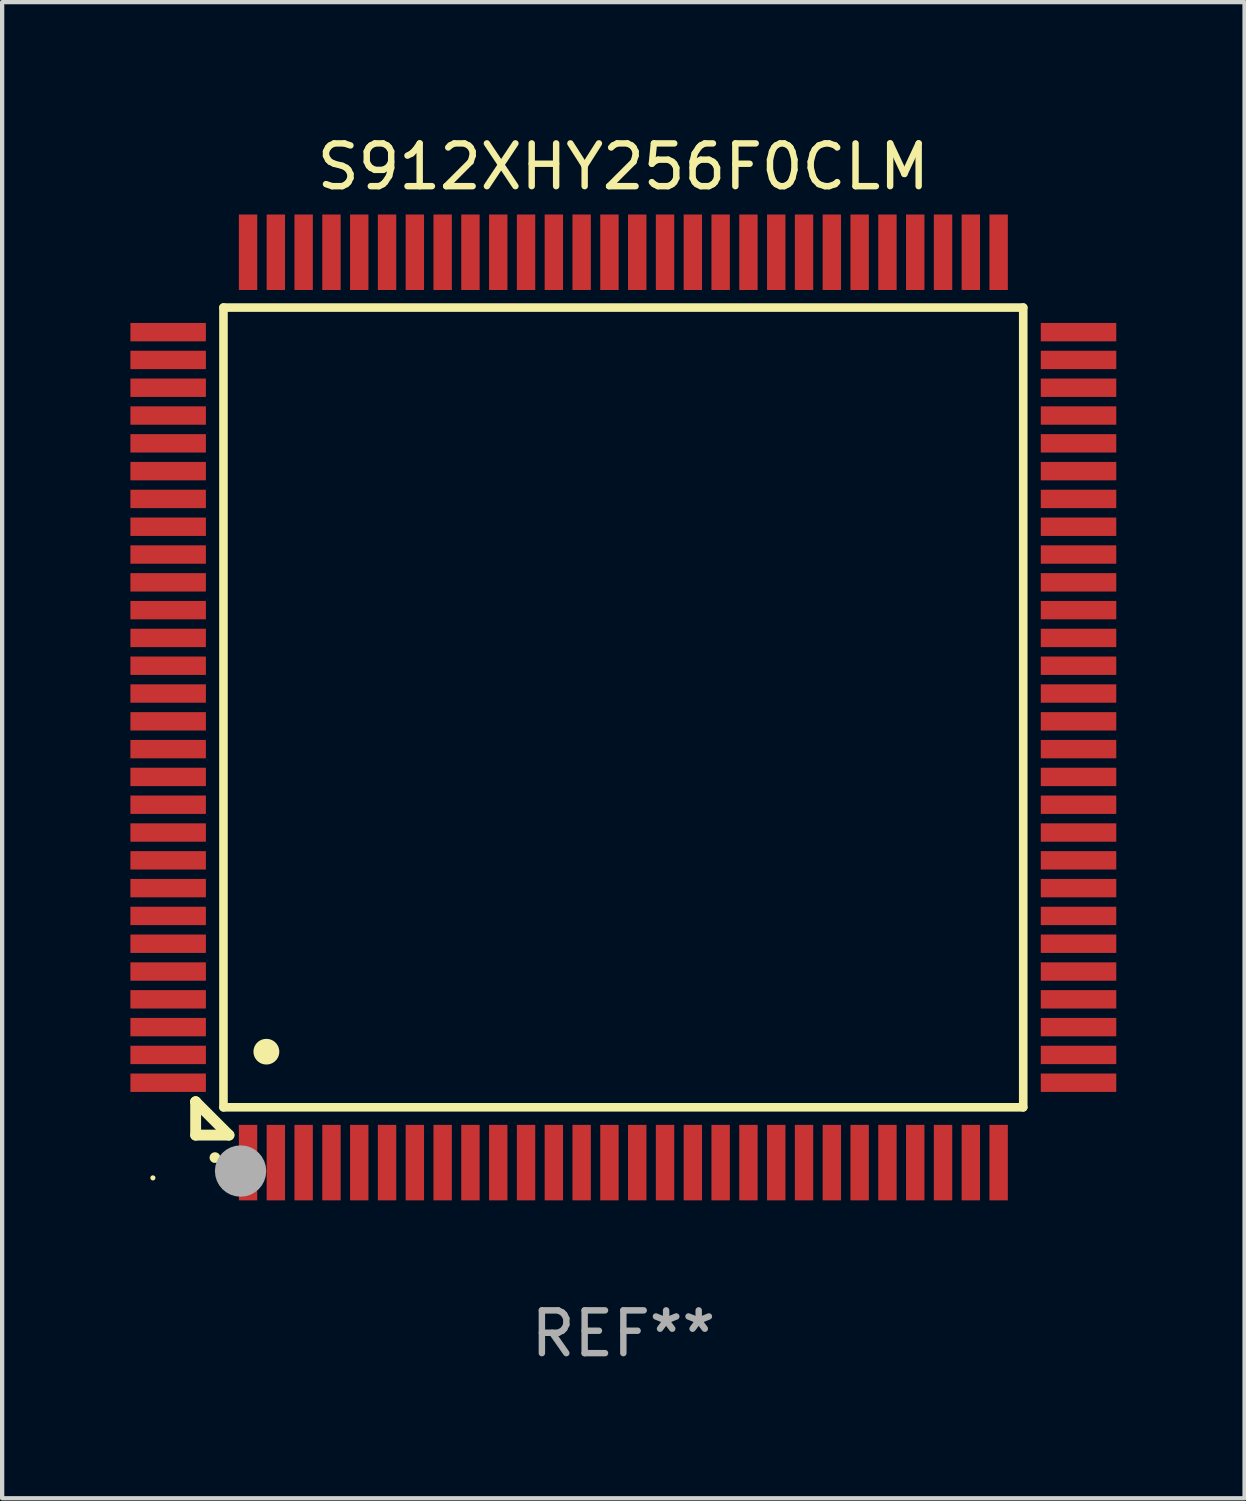
<source format=kicad_pcb>
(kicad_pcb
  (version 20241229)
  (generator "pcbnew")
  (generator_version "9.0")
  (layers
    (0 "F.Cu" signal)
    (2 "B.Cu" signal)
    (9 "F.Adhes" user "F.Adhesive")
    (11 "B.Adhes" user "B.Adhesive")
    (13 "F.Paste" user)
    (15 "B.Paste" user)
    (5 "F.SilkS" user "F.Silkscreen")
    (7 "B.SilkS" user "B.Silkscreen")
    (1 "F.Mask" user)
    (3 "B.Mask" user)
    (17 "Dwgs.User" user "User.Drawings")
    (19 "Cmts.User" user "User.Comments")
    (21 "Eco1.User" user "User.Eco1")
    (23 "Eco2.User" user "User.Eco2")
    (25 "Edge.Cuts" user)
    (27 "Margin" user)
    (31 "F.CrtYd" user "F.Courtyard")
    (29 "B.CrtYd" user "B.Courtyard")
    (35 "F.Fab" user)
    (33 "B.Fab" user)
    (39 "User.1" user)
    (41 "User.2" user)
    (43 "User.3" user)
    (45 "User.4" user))
  (footprint "S912XHY256F0CLM"
    (layer "F.Cu")
    (at 11.525 13.491)
    (property "Reference" "S912XHY256F0CLM" (at 0 -12.643 0) (layer "F.SilkS") (effects (font (size 1 1) (thickness 0.15))))
    (attr through_hole)
    (fp_line (start -10 9.221) (end -10 9.221) (stroke (width 0.254) (type solid)) (layer "F.SilkS"))
    (fp_line (start -10 9.221) (end -10 10) (stroke (width 0.254) (type solid)) (layer "F.SilkS"))
    (fp_line (start -10 9.221) (end -9.221 10) (stroke (width 0.254) (type solid)) (layer "F.SilkS"))
    (fp_line (start -10 10) (end -9.221 10) (stroke (width 0.254) (type solid)) (layer "F.SilkS"))
    (fp_line (start -9.35 -9.35) (end -9.35 9.35) (stroke (width 0.201) (type solid)) (layer "F.SilkS"))
    (fp_line (start -9.35 9.35) (end 9.35 9.35) (stroke (width 0.201) (type solid)) (layer "F.SilkS"))
    (fp_line (start 9.35 -9.35) (end -9.35 -9.35) (stroke (width 0.201) (type solid)) (layer "F.SilkS"))
    (fp_line (start 9.35 9.35) (end 9.35 -9.35) (stroke (width 0.201) (type solid)) (layer "F.SilkS"))
    (fp_arc (start -9.550546 10.525832) (mid -9.549276 10.525826) (end -9.548006 10.525832) (stroke (width 0.24892) (type solid)) (layer "F.SilkS"))
    (fp_arc (start -8.349124 8.049327) (mid -8.346584 8.049316) (end -8.344044 8.049327) (stroke (width 0.599441) (type solid)) (layer "F.SilkS"))
    (fp_circle (center -11 11) (end -10.97 11) (stroke (width 0.06) (type solid)) (fill no) (layer "F.SilkS"))
    (fp_circle (center -8.95 10.84) (end -8.65 10.84) (stroke (width 0.6) (type solid)) (fill no) (layer "F.Fab"))
    (fp_text user "REF**" (at 0 14.643 0) (layer "F.Fab") (effects (font (size 1 1) (thickness 0.15))))
    (pad "1" smd rect (at -8.775 10.643) (size 0.43 1.765) (layers "F.Cu" "F.Mask" "F.Paste"))
    (pad "2" smd rect (at -8.125 10.643) (size 0.43 1.765) (layers "F.Cu" "F.Mask" "F.Paste"))
    (pad "3" smd rect (at -7.475 10.643) (size 0.43 1.765) (layers "F.Cu" "F.Mask" "F.Paste"))
    (pad "4" smd rect (at -6.825 10.643) (size 0.43 1.765) (layers "F.Cu" "F.Mask" "F.Paste"))
    (pad "5" smd rect (at -6.175 10.643) (size 0.43 1.765) (layers "F.Cu" "F.Mask" "F.Paste"))
    (pad "6" smd rect (at -5.525 10.643) (size 0.43 1.765) (layers "F.Cu" "F.Mask" "F.Paste"))
    (pad "7" smd rect (at -4.875 10.643) (size 0.43 1.765) (layers "F.Cu" "F.Mask" "F.Paste"))
    (pad "8" smd rect (at -4.225 10.643) (size 0.43 1.765) (layers "F.Cu" "F.Mask" "F.Paste"))
    (pad "9" smd rect (at -3.575 10.643) (size 0.43 1.765) (layers "F.Cu" "F.Mask" "F.Paste"))
    (pad "10" smd rect (at -2.925 10.643) (size 0.43 1.765) (layers "F.Cu" "F.Mask" "F.Paste"))
    (pad "11" smd rect (at -2.275 10.643) (size 0.43 1.765) (layers "F.Cu" "F.Mask" "F.Paste"))
    (pad "12" smd rect (at -1.625 10.643) (size 0.43 1.765) (layers "F.Cu" "F.Mask" "F.Paste"))
    (pad "13" smd rect (at -0.975 10.643) (size 0.43 1.765) (layers "F.Cu" "F.Mask" "F.Paste"))
    (pad "14" smd rect (at -0.325 10.643) (size 0.43 1.765) (layers "F.Cu" "F.Mask" "F.Paste"))
    (pad "15" smd rect (at 0.325 10.643) (size 0.43 1.765) (layers "F.Cu" "F.Mask" "F.Paste"))
    (pad "16" smd rect (at 0.975 10.643) (size 0.43 1.765) (layers "F.Cu" "F.Mask" "F.Paste"))
    (pad "17" smd rect (at 1.625 10.643) (size 0.43 1.765) (layers "F.Cu" "F.Mask" "F.Paste"))
    (pad "18" smd rect (at 2.275 10.643) (size 0.43 1.765) (layers "F.Cu" "F.Mask" "F.Paste"))
    (pad "19" smd rect (at 2.925 10.643) (size 0.43 1.765) (layers "F.Cu" "F.Mask" "F.Paste"))
    (pad "20" smd rect (at 3.575 10.643) (size 0.43 1.765) (layers "F.Cu" "F.Mask" "F.Paste"))
    (pad "21" smd rect (at 4.225 10.643) (size 0.43 1.765) (layers "F.Cu" "F.Mask" "F.Paste"))
    (pad "22" smd rect (at 4.875 10.643) (size 0.43 1.765) (layers "F.Cu" "F.Mask" "F.Paste"))
    (pad "23" smd rect (at 5.525 10.643) (size 0.43 1.765) (layers "F.Cu" "F.Mask" "F.Paste"))
    (pad "24" smd rect (at 6.175 10.643) (size 0.43 1.765) (layers "F.Cu" "F.Mask" "F.Paste"))
    (pad "25" smd rect (at 6.825 10.643) (size 0.43 1.765) (layers "F.Cu" "F.Mask" "F.Paste"))
    (pad "26" smd rect (at 7.475 10.643) (size 0.43 1.765) (layers "F.Cu" "F.Mask" "F.Paste"))
    (pad "27" smd rect (at 8.125 10.643) (size 0.43 1.765) (layers "F.Cu" "F.Mask" "F.Paste"))
    (pad "28" smd rect (at 8.775 10.643) (size 0.43 1.765) (layers "F.Cu" "F.Mask" "F.Paste"))
    (pad "29" smd rect (at 10.643 8.775) (size 1.765 0.43) (layers "F.Cu" "F.Mask" "F.Paste"))
    (pad "30" smd rect (at 10.643 8.125) (size 1.765 0.43) (layers "F.Cu" "F.Mask" "F.Paste"))
    (pad "31" smd rect (at 10.643 7.475) (size 1.765 0.43) (layers "F.Cu" "F.Mask" "F.Paste"))
    (pad "32" smd rect (at 10.643 6.825) (size 1.765 0.43) (layers "F.Cu" "F.Mask" "F.Paste"))
    (pad "33" smd rect (at 10.643 6.175) (size 1.765 0.43) (layers "F.Cu" "F.Mask" "F.Paste"))
    (pad "34" smd rect (at 10.643 5.525) (size 1.765 0.43) (layers "F.Cu" "F.Mask" "F.Paste"))
    (pad "35" smd rect (at 10.643 4.875) (size 1.765 0.43) (layers "F.Cu" "F.Mask" "F.Paste"))
    (pad "36" smd rect (at 10.643 4.225) (size 1.765 0.43) (layers "F.Cu" "F.Mask" "F.Paste"))
    (pad "37" smd rect (at 10.643 3.575) (size 1.765 0.43) (layers "F.Cu" "F.Mask" "F.Paste"))
    (pad "38" smd rect (at 10.643 2.925) (size 1.765 0.43) (layers "F.Cu" "F.Mask" "F.Paste"))
    (pad "39" smd rect (at 10.643 2.275) (size 1.765 0.43) (layers "F.Cu" "F.Mask" "F.Paste"))
    (pad "40" smd rect (at 10.643 1.625) (size 1.765 0.43) (layers "F.Cu" "F.Mask" "F.Paste"))
    (pad "41" smd rect (at 10.643 0.975) (size 1.765 0.43) (layers "F.Cu" "F.Mask" "F.Paste"))
    (pad "42" smd rect (at 10.643 0.325) (size 1.765 0.43) (layers "F.Cu" "F.Mask" "F.Paste"))
    (pad "43" smd rect (at 10.643 -0.325) (size 1.765 0.43) (layers "F.Cu" "F.Mask" "F.Paste"))
    (pad "44" smd rect (at 10.643 -0.975) (size 1.765 0.43) (layers "F.Cu" "F.Mask" "F.Paste"))
    (pad "45" smd rect (at 10.643 -1.625) (size 1.765 0.43) (layers "F.Cu" "F.Mask" "F.Paste"))
    (pad "46" smd rect (at 10.643 -2.275) (size 1.765 0.43) (layers "F.Cu" "F.Mask" "F.Paste"))
    (pad "47" smd rect (at 10.643 -2.925) (size 1.765 0.43) (layers "F.Cu" "F.Mask" "F.Paste"))
    (pad "48" smd rect (at 10.643 -3.575) (size 1.765 0.43) (layers "F.Cu" "F.Mask" "F.Paste"))
    (pad "49" smd rect (at 10.643 -4.225) (size 1.765 0.43) (layers "F.Cu" "F.Mask" "F.Paste"))
    (pad "50" smd rect (at 10.643 -4.875) (size 1.765 0.43) (layers "F.Cu" "F.Mask" "F.Paste"))
    (pad "51" smd rect (at 10.643 -5.525) (size 1.765 0.43) (layers "F.Cu" "F.Mask" "F.Paste"))
    (pad "52" smd rect (at 10.643 -6.175) (size 1.765 0.43) (layers "F.Cu" "F.Mask" "F.Paste"))
    (pad "53" smd rect (at 10.643 -6.825) (size 1.765 0.43) (layers "F.Cu" "F.Mask" "F.Paste"))
    (pad "54" smd rect (at 10.643 -7.475) (size 1.765 0.43) (layers "F.Cu" "F.Mask" "F.Paste"))
    (pad "55" smd rect (at 10.643 -8.125) (size 1.765 0.43) (layers "F.Cu" "F.Mask" "F.Paste"))
    (pad "56" smd rect (at 10.643 -8.775) (size 1.765 0.43) (layers "F.Cu" "F.Mask" "F.Paste"))
    (pad "57" smd rect (at 8.775 -10.643) (size 0.43 1.765) (layers "F.Cu" "F.Mask" "F.Paste"))
    (pad "58" smd rect (at 8.125 -10.643) (size 0.43 1.765) (layers "F.Cu" "F.Mask" "F.Paste"))
    (pad "59" smd rect (at 7.475 -10.643) (size 0.43 1.765) (layers "F.Cu" "F.Mask" "F.Paste"))
    (pad "60" smd rect (at 6.825 -10.643) (size 0.43 1.765) (layers "F.Cu" "F.Mask" "F.Paste"))
    (pad "61" smd rect (at 6.175 -10.643) (size 0.43 1.765) (layers "F.Cu" "F.Mask" "F.Paste"))
    (pad "62" smd rect (at 5.525 -10.643) (size 0.43 1.765) (layers "F.Cu" "F.Mask" "F.Paste"))
    (pad "63" smd rect (at 4.875 -10.643) (size 0.43 1.765) (layers "F.Cu" "F.Mask" "F.Paste"))
    (pad "64" smd rect (at 4.225 -10.643) (size 0.43 1.765) (layers "F.Cu" "F.Mask" "F.Paste"))
    (pad "65" smd rect (at 3.575 -10.643) (size 0.43 1.765) (layers "F.Cu" "F.Mask" "F.Paste"))
    (pad "66" smd rect (at 2.925 -10.643) (size 0.43 1.765) (layers "F.Cu" "F.Mask" "F.Paste"))
    (pad "67" smd rect (at 2.275 -10.643) (size 0.43 1.765) (layers "F.Cu" "F.Mask" "F.Paste"))
    (pad "68" smd rect (at 1.625 -10.643) (size 0.43 1.765) (layers "F.Cu" "F.Mask" "F.Paste"))
    (pad "69" smd rect (at 0.975 -10.643) (size 0.43 1.765) (layers "F.Cu" "F.Mask" "F.Paste"))
    (pad "70" smd rect (at 0.325 -10.643) (size 0.43 1.765) (layers "F.Cu" "F.Mask" "F.Paste"))
    (pad "71" smd rect (at -0.325 -10.643) (size 0.43 1.765) (layers "F.Cu" "F.Mask" "F.Paste"))
    (pad "72" smd rect (at -0.975 -10.643) (size 0.43 1.765) (layers "F.Cu" "F.Mask" "F.Paste"))
    (pad "73" smd rect (at -1.625 -10.643) (size 0.43 1.765) (layers "F.Cu" "F.Mask" "F.Paste"))
    (pad "74" smd rect (at -2.275 -10.643) (size 0.43 1.765) (layers "F.Cu" "F.Mask" "F.Paste"))
    (pad "75" smd rect (at -2.925 -10.643) (size 0.43 1.765) (layers "F.Cu" "F.Mask" "F.Paste"))
    (pad "76" smd rect (at -3.575 -10.643) (size 0.43 1.765) (layers "F.Cu" "F.Mask" "F.Paste"))
    (pad "77" smd rect (at -4.225 -10.643) (size 0.43 1.765) (layers "F.Cu" "F.Mask" "F.Paste"))
    (pad "78" smd rect (at -4.875 -10.643) (size 0.43 1.765) (layers "F.Cu" "F.Mask" "F.Paste"))
    (pad "79" smd rect (at -5.525 -10.643) (size 0.43 1.765) (layers "F.Cu" "F.Mask" "F.Paste"))
    (pad "80" smd rect (at -6.175 -10.643) (size 0.43 1.765) (layers "F.Cu" "F.Mask" "F.Paste"))
    (pad "81" smd rect (at -6.825 -10.643) (size 0.43 1.765) (layers "F.Cu" "F.Mask" "F.Paste"))
    (pad "82" smd rect (at -7.475 -10.643) (size 0.43 1.765) (layers "F.Cu" "F.Mask" "F.Paste"))
    (pad "83" smd rect (at -8.125 -10.643) (size 0.43 1.765) (layers "F.Cu" "F.Mask" "F.Paste"))
    (pad "84" smd rect (at -8.775 -10.643) (size 0.43 1.765) (layers "F.Cu" "F.Mask" "F.Paste"))
    (pad "85" smd rect (at -10.643 -8.775) (size 1.765 0.43) (layers "F.Cu" "F.Mask" "F.Paste"))
    (pad "86" smd rect (at -10.643 -8.125) (size 1.765 0.43) (layers "F.Cu" "F.Mask" "F.Paste"))
    (pad "87" smd rect (at -10.643 -7.475) (size 1.765 0.43) (layers "F.Cu" "F.Mask" "F.Paste"))
    (pad "88" smd rect (at -10.643 -6.825) (size 1.765 0.43) (layers "F.Cu" "F.Mask" "F.Paste"))
    (pad "89" smd rect (at -10.643 -6.175) (size 1.765 0.43) (layers "F.Cu" "F.Mask" "F.Paste"))
    (pad "90" smd rect (at -10.643 -5.525) (size 1.765 0.43) (layers "F.Cu" "F.Mask" "F.Paste"))
    (pad "91" smd rect (at -10.643 -4.875) (size 1.765 0.43) (layers "F.Cu" "F.Mask" "F.Paste"))
    (pad "92" smd rect (at -10.643 -4.225) (size 1.765 0.43) (layers "F.Cu" "F.Mask" "F.Paste"))
    (pad "93" smd rect (at -10.643 -3.575) (size 1.765 0.43) (layers "F.Cu" "F.Mask" "F.Paste"))
    (pad "94" smd rect (at -10.643 -2.925) (size 1.765 0.43) (layers "F.Cu" "F.Mask" "F.Paste"))
    (pad "95" smd rect (at -10.643 -2.275) (size 1.765 0.43) (layers "F.Cu" "F.Mask" "F.Paste"))
    (pad "96" smd rect (at -10.643 -1.625) (size 1.765 0.43) (layers "F.Cu" "F.Mask" "F.Paste"))
    (pad "97" smd rect (at -10.643 -0.975) (size 1.765 0.43) (layers "F.Cu" "F.Mask" "F.Paste"))
    (pad "98" smd rect (at -10.643 -0.325) (size 1.765 0.43) (layers "F.Cu" "F.Mask" "F.Paste"))
    (pad "99" smd rect (at -10.643 0.325) (size 1.765 0.43) (layers "F.Cu" "F.Mask" "F.Paste"))
    (pad "100" smd rect (at -10.643 0.975) (size 1.765 0.43) (layers "F.Cu" "F.Mask" "F.Paste"))
    (pad "101" smd rect (at -10.643 1.625) (size 1.765 0.43) (layers "F.Cu" "F.Mask" "F.Paste"))
    (pad "102" smd rect (at -10.643 2.275) (size 1.765 0.43) (layers "F.Cu" "F.Mask" "F.Paste"))
    (pad "103" smd rect (at -10.643 2.925) (size 1.765 0.43) (layers "F.Cu" "F.Mask" "F.Paste"))
    (pad "104" smd rect (at -10.643 3.575) (size 1.765 0.43) (layers "F.Cu" "F.Mask" "F.Paste"))
    (pad "105" smd rect (at -10.643 4.225) (size 1.765 0.43) (layers "F.Cu" "F.Mask" "F.Paste"))
    (pad "106" smd rect (at -10.643 4.875) (size 1.765 0.43) (layers "F.Cu" "F.Mask" "F.Paste"))
    (pad "107" smd rect (at -10.643 5.525) (size 1.765 0.43) (layers "F.Cu" "F.Mask" "F.Paste"))
    (pad "108" smd rect (at -10.643 6.175) (size 1.765 0.43) (layers "F.Cu" "F.Mask" "F.Paste"))
    (pad "109" smd rect (at -10.643 6.825) (size 1.765 0.43) (layers "F.Cu" "F.Mask" "F.Paste"))
    (pad "110" smd rect (at -10.643 7.475) (size 1.765 0.43) (layers "F.Cu" "F.Mask" "F.Paste"))
    (pad "111" smd rect (at -10.643 8.125) (size 1.765 0.43) (layers "F.Cu" "F.Mask" "F.Paste"))
    (pad "112" smd rect (at -10.643 8.775) (size 1.765 0.43) (layers "F.Cu" "F.Mask" "F.Paste")))
  (gr_rect
    (start -3 -3)
    (end 26.05 31.982)
    (stroke (width 0.1) (type default))
    (fill no)
    (layer "Edge.Cuts")))
</source>
